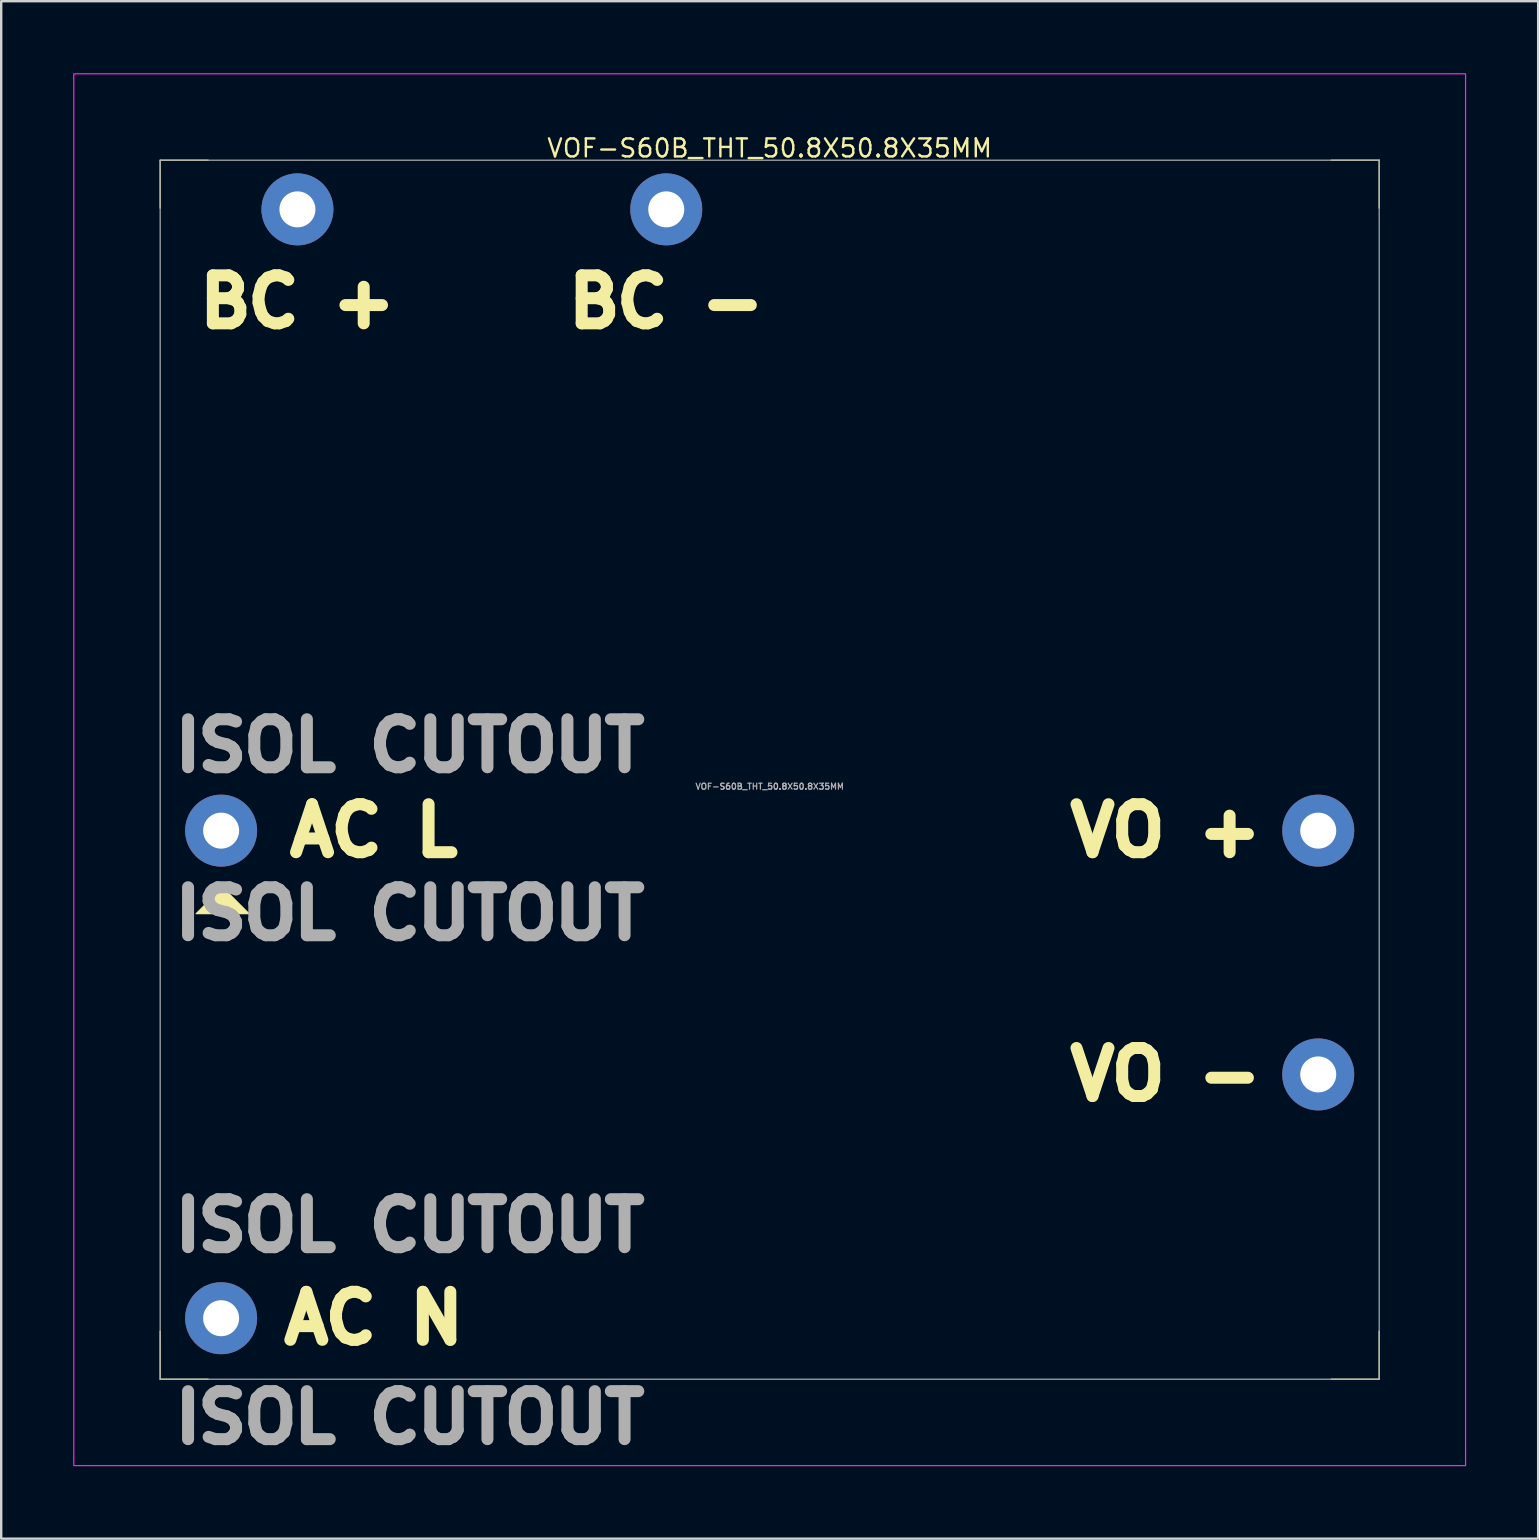
<source format=kicad_pcb>
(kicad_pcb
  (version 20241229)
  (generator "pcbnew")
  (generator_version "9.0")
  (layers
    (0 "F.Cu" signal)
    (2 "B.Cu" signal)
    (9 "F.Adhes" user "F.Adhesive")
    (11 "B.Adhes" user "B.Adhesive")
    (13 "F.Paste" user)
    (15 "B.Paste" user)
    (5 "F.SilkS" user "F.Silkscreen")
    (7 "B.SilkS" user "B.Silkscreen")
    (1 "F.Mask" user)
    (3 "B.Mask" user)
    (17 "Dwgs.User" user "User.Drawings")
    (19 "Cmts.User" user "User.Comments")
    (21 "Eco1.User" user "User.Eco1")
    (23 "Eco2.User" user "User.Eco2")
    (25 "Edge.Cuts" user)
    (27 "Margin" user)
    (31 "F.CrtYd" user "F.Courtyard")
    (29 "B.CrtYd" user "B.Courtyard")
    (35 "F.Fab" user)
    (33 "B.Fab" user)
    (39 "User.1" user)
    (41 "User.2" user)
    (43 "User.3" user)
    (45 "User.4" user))
  (footprint "VOF-S60B_THT_50.8X50.8X35MM"
    (layer "F.Cu")
    (at 29.025 29.025)
    (property "Reference" "VOF-S60B_THT_50.8X50.8X35MM" (at 0 -25.9 0) (unlocked yes) (layer "F.SilkS") (effects (font (size 0.75 0.75) (thickness 0.1))))
    (attr through_hole)
    (fp_line (start -25.4 -25.4) (end -25.4 -23.4) (stroke (width 0.05) (type solid)) (layer "F.SilkS"))
    (fp_line (start -25.4 -25.4) (end -23.4 -25.4) (stroke (width 0.05) (type solid)) (layer "F.SilkS"))
    (fp_line (start -25.4 25.4) (end -25.4 23.4) (stroke (width 0.05) (type solid)) (layer "F.SilkS"))
    (fp_line (start -25.4 25.4) (end -23.4 25.4) (stroke (width 0.05) (type solid)) (layer "F.SilkS"))
    (fp_line (start 25.4 -25.4) (end 23.4 -25.4) (stroke (width 0.05) (type solid)) (layer "F.SilkS"))
    (fp_line (start 25.4 -25.4) (end 25.4 -23.4) (stroke (width 0.05) (type solid)) (layer "F.SilkS"))
    (fp_line (start 25.4 25.4) (end 23.4 25.4) (stroke (width 0.05) (type solid)) (layer "F.SilkS"))
    (fp_line (start 25.4 25.4) (end 25.4 23.4) (stroke (width 0.05) (type solid)) (layer "F.SilkS"))
    (fp_poly (pts (xy -22.8 4.9) (xy -21.7 6) (xy -23.9 6)) (stroke (width 0.05) (type solid)) (fill yes) (layer "F.SilkS"))
    (fp_rect (start -29 -29) (end 29 29) (stroke (width 0.05) (type solid)) (fill no) (layer "F.CrtYd"))
    (fp_rect (start -25.4 -25.4) (end 25.4 25.4) (stroke (width 0.05) (type solid)) (fill no) (layer "F.Fab"))
    (fp_text user "AC N" (at -16.5 22.86 0) (unlocked yes) (layer "F.SilkS") (effects (font (size 2 2) (thickness 0.5))))
    (fp_text user "BC -" (at -4.31 -19.5 0) (unlocked yes) (layer "F.SilkS") (effects (font (size 2 2) (thickness 0.5))))
    (fp_text user "VO +" (at 16.5 2.54 0) (unlocked yes) (layer "F.SilkS") (effects (font (size 2 2) (thickness 0.5))))
    (fp_text user "VO -" (at 16.5 12.7 0) (unlocked yes) (layer "F.SilkS") (effects (font (size 2 2) (thickness 0.5))))
    (fp_text user "AC L" (at -16.5 2.54 0) (unlocked yes) (layer "F.SilkS") (effects (font (size 2 2) (thickness 0.5))))
    (fp_text user "BC +" (at -19.68 -19.5 0) (unlocked yes) (layer "F.SilkS") (effects (font (size 2 2) (thickness 0.5))))
    (fp_text user "${REFERENCE}" (at 0 0.7 0) (unlocked yes) (layer "F.Fab") (effects (font (size 0.25 0.25) (thickness 0.05))))
    (fp_text user "ISOL CUTOUT" (at -15 19 0) (unlocked yes) (layer "F.Fab") (effects (font (size 2 2) (thickness 0.5))))
    (fp_text user "ISOL CUTOUT" (at -15 -1 0) (unlocked yes) (layer "F.Fab") (effects (font (size 2 2) (thickness 0.5))))
    (fp_text user "ISOL CUTOUT" (at -15 6 0) (unlocked yes) (layer "F.Fab") (effects (font (size 2 2) (thickness 0.5))))
    (fp_text user "ISOL CUTOUT" (at -15 27 0) (unlocked yes) (layer "F.Fab") (effects (font (size 2 2) (thickness 0.5))))
    (pad "1" thru_hole circle (at -22.86 2.54) (size 3 3) (drill 1.5) (layers "*.Cu" "*.Mask"))
    (pad "2" thru_hole circle (at -22.86 22.86) (size 3 3) (drill 1.5) (layers "*.Cu" "*.Mask"))
    (pad "3" thru_hole circle (at 22.86 2.54) (size 3 3) (drill 1.5) (layers "*.Cu" "*.Mask"))
    (pad "4" thru_hole circle (at 22.86 12.7) (size 3 3) (drill 1.5) (layers "*.Cu" "*.Mask"))
    (pad "5" thru_hole circle (at -19.68 -23.35) (size 3 3) (drill 1.5) (layers "*.Cu" "*.Mask"))
    (pad "6" thru_hole circle (at -4.31 -23.35) (size 3 3) (drill 1.5) (layers "*.Cu" "*.Mask")))
  (gr_rect
    (start -3 -3)
    (end 61.05 61.072)
    (stroke (width 0.1) (type default))
    (fill no)
    (layer "Edge.Cuts")))
</source>
